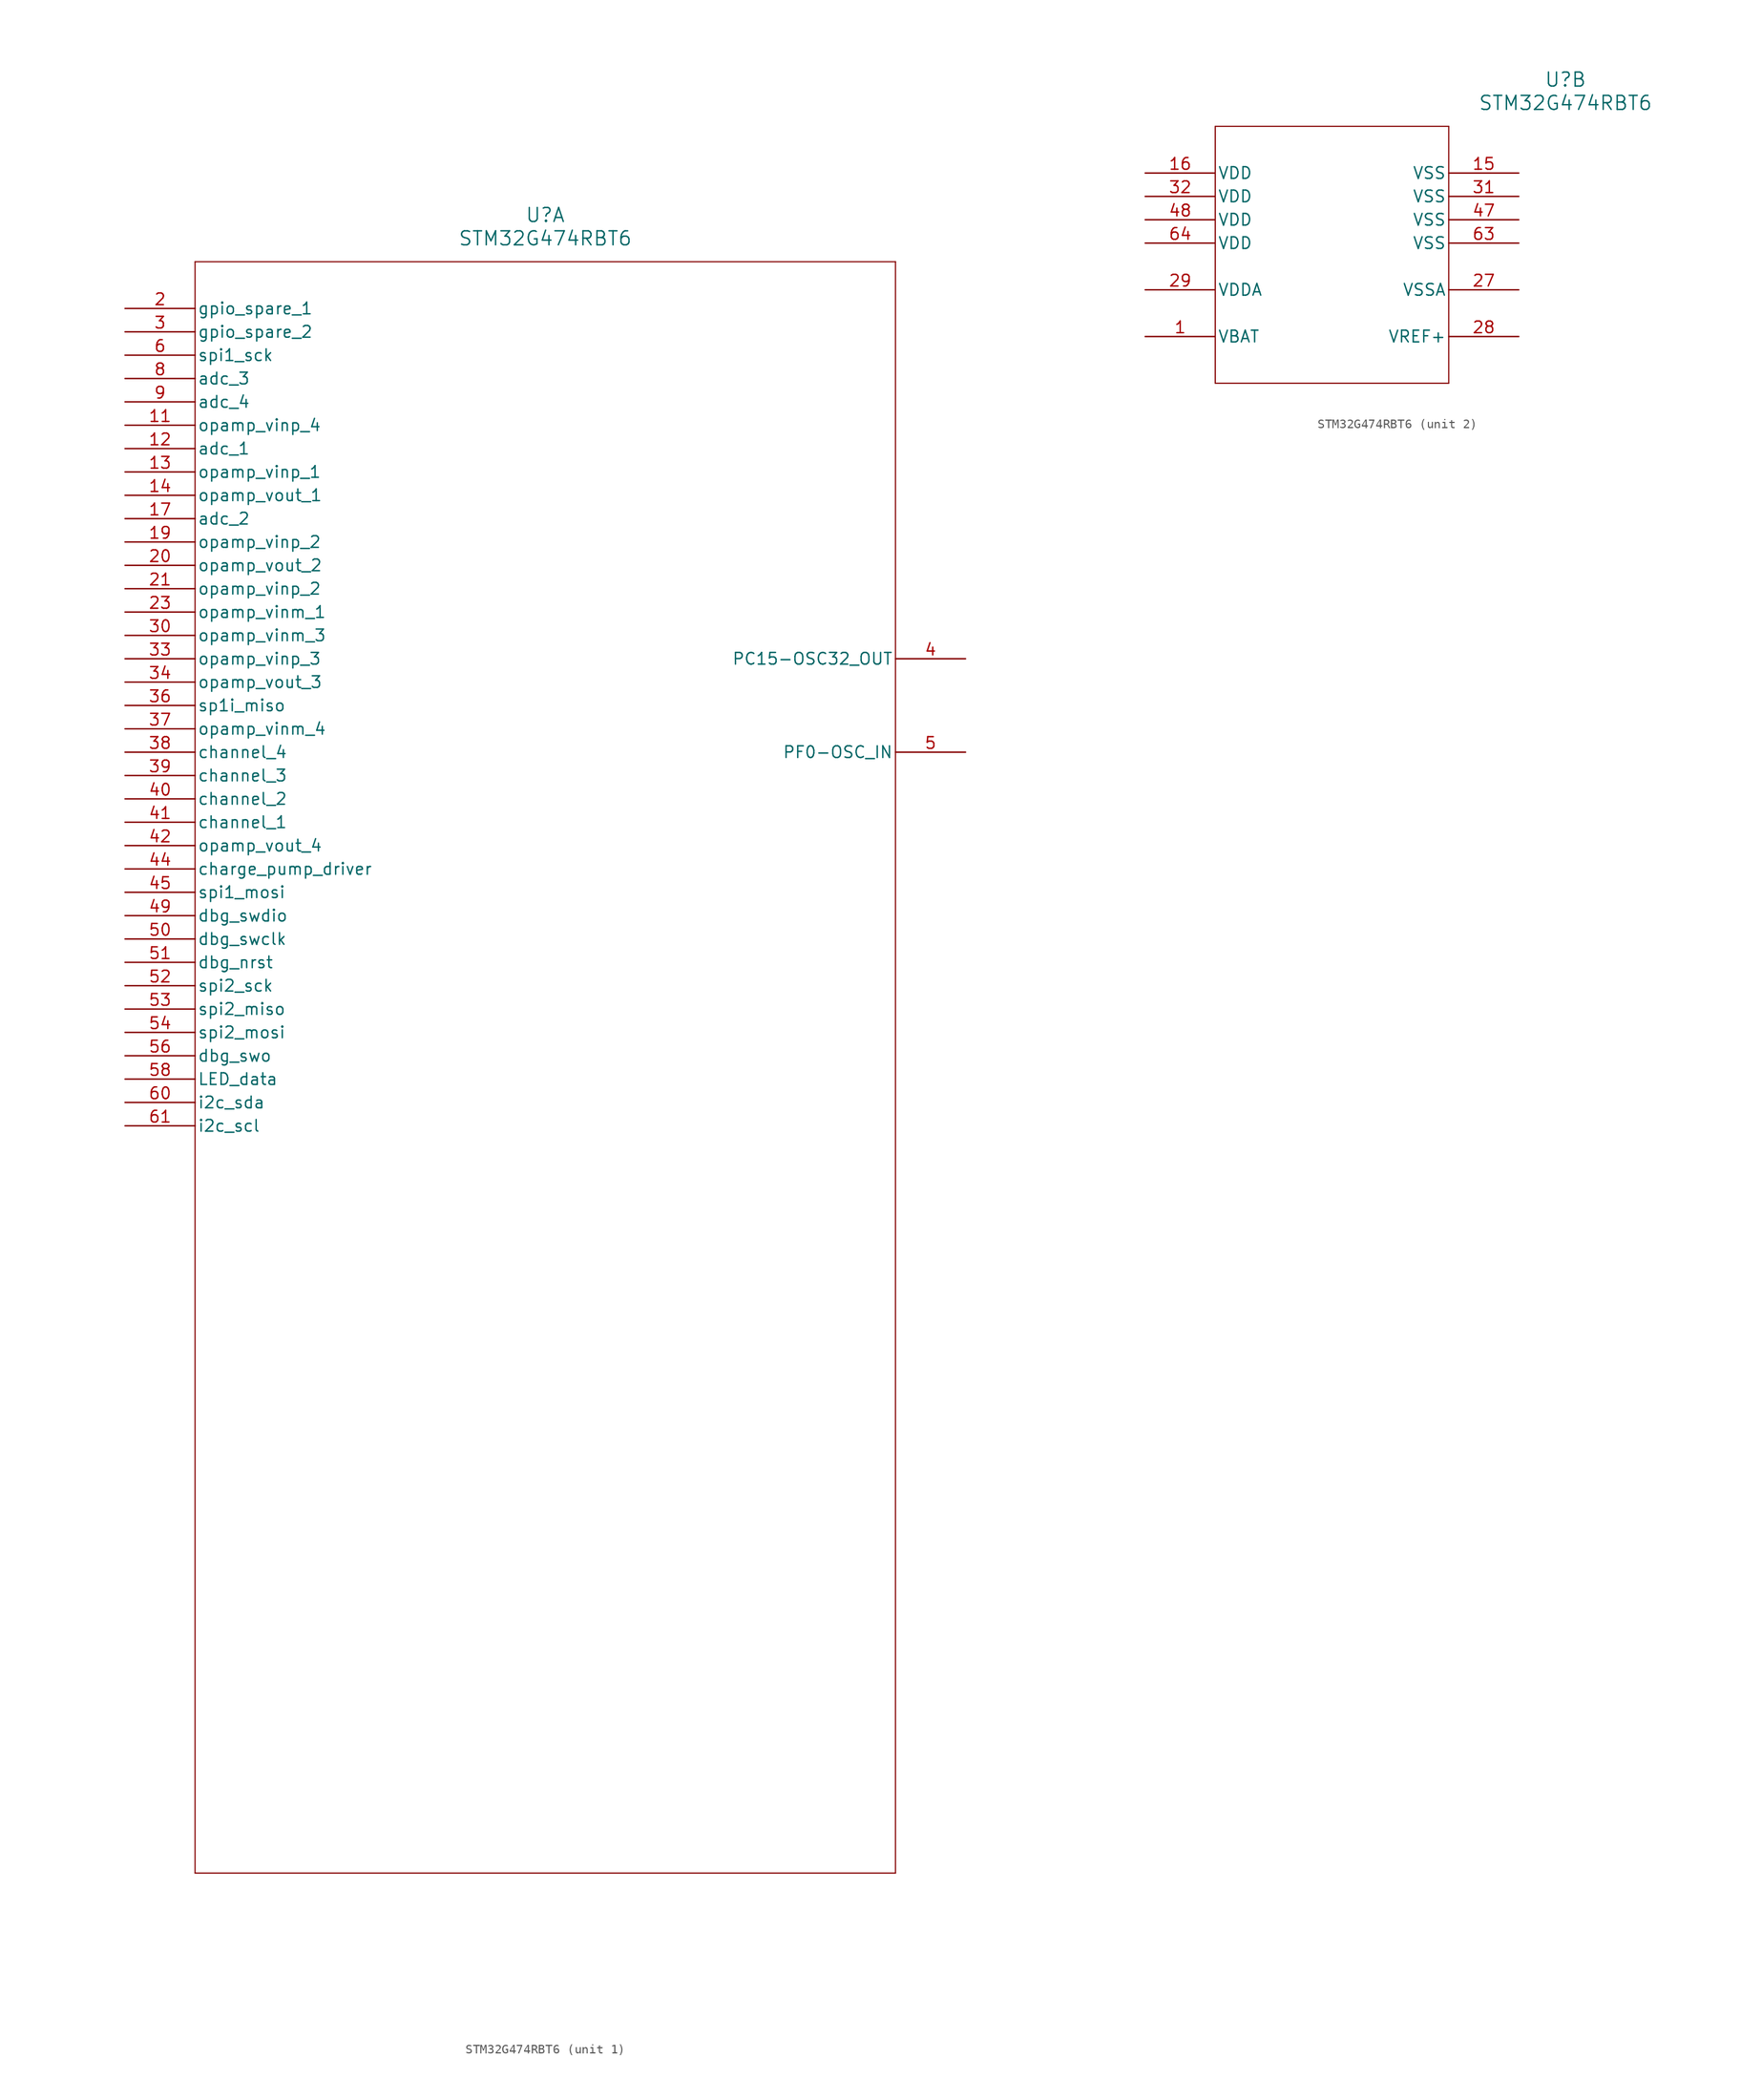
<source format=kicad_sym>
(kicad_symbol_lib
  (version 20241209)
  (generator "kicad_symbol_editor")
  (generator_version "9.0")
  (symbol "STM32G474RBT6"
    (pin_names
      (offset 0.254))
    (property "Reference" "U"
      (at 45.72 10.16 0)
      (effects (font (size 1.524 1.524))))
    (property "Value" "STM32G474RBT6"
      (at 45.72 7.62 0)
      (effects (font (size 1.524 1.524))))
    (property "ki_locked" ""
      (at 0 0 0)
      (effects (font (size 1.27 1.27))))
    (symbol "STM32G474RBT6_1_1"
      (polyline (pts (xy 7.62 5.08) (xy 7.62 -170.18)) (stroke (width 0.127) (type default)) (fill (type none)))
      (polyline (pts (xy 7.62 -170.18) (xy 83.82 -170.18)) (stroke (width 0.127) (type default)) (fill (type none)))
      (polyline (pts (xy 83.82 5.08) (xy 7.62 5.08)) (stroke (width 0.127) (type default)) (fill (type none)))
      (polyline (pts (xy 83.82 -170.18) (xy 83.82 5.08)) (stroke (width 0.127) (type default)) (fill (type none)))
      (pin bidirectional line (at 0 0 0) (length 7.62) (name "gpio_spare_1" (effects (font (size 1.27 1.27)))) (number "2" (effects (font (size 1.27 1.27)))))
      (pin bidirectional line (at 0 -2.54 0) (length 7.62) (name "gpio_spare_2" (effects (font (size 1.27 1.27)))) (number "3" (effects (font (size 1.27 1.27)))))
      (pin output line (at 0 -5.08 0) (length 7.62) (name "spi1_sck" (effects (font (size 1.27 1.27)))) (number "6" (effects (font (size 1.27 1.27)))))
      (pin input line (at 0 -7.62 0) (length 7.62) (name "adc_3" (effects (font (size 1.27 1.27)))) (number "8" (effects (font (size 1.27 1.27)))))
      (pin input line (at 0 -10.16 0) (length 7.62) (name "adc_4" (effects (font (size 1.27 1.27)))) (number "9" (effects (font (size 1.27 1.27)))))
      (pin input line (at 0 -12.7 0) (length 7.62) (name "opamp_vinp_4" (effects (font (size 1.27 1.27)))) (number "11" (effects (font (size 1.27 1.27)))))
      (pin input line (at 0 -15.24 0) (length 7.62) (name "adc_1" (effects (font (size 1.27 1.27)))) (number "12" (effects (font (size 1.27 1.27)))))
      (pin input line (at 0 -17.78 0) (length 7.62) (name "opamp_vinp_1" (effects (font (size 1.27 1.27)))) (number "13" (effects (font (size 1.27 1.27)))))
      (pin output line (at 0 -20.32 0) (length 7.62) (name "opamp_vout_1" (effects (font (size 1.27 1.27)))) (number "14" (effects (font (size 1.27 1.27)))))
      (pin input line (at 0 -22.86 0) (length 7.62) (name "adc_2" (effects (font (size 1.27 1.27)))) (number "17" (effects (font (size 1.27 1.27)))))
      (pin input line (at 0 -25.4 0) (length 7.62) (name "opamp_vinp_2" (effects (font (size 1.27 1.27)))) (number "19" (effects (font (size 1.27 1.27)))))
      (pin output line (at 0 -27.94 0) (length 7.62) (name "opamp_vout_2" (effects (font (size 1.27 1.27)))) (number "20" (effects (font (size 1.27 1.27)))))
      (pin input line (at 0 -30.48 0) (length 7.62) (name "opamp_vinp_2" (effects (font (size 1.27 1.27)))) (number "21" (effects (font (size 1.27 1.27)))))
      (pin input line (at 0 -33.02 0) (length 7.62) (name "opamp_vinm_1" (effects (font (size 1.27 1.27)))) (number "23" (effects (font (size 1.27 1.27)))))
      (pin input line (at 0 -35.56 0) (length 7.62) (name "opamp_vinm_3" (effects (font (size 1.27 1.27)))) (number "30" (effects (font (size 1.27 1.27)))))
      (pin input line (at 0 -38.1 0) (length 7.62) (name "opamp_vinp_3" (effects (font (size 1.27 1.27)))) (number "33" (effects (font (size 1.27 1.27)))))
      (pin output line (at 0 -40.64 0) (length 7.62) (name "opamp_vout_3" (effects (font (size 1.27 1.27)))) (number "34" (effects (font (size 1.27 1.27)))))
      (pin input line (at 0 -43.18 0) (length 7.62) (name "sp1i_miso" (effects (font (size 1.27 1.27)))) (number "36" (effects (font (size 1.27 1.27)))))
      (pin input line (at 0 -45.72 0) (length 7.62) (name "opamp_vinm_4" (effects (font (size 1.27 1.27)))) (number "37" (effects (font (size 1.27 1.27)))))
      (pin output line (at 0 -48.26 0) (length 7.62) (name "channel_4" (effects (font (size 1.27 1.27)))) (number "38" (effects (font (size 1.27 1.27)))))
      (pin output line (at 0 -50.8 0) (length 7.62) (name "channel_3" (effects (font (size 1.27 1.27)))) (number "39" (effects (font (size 1.27 1.27)))))
      (pin output line (at 0 -53.34 0) (length 7.62) (name "channel_2" (effects (font (size 1.27 1.27)))) (number "40" (effects (font (size 1.27 1.27)))))
      (pin output line (at 0 -55.88 0) (length 7.62) (name "channel_1" (effects (font (size 1.27 1.27)))) (number "41" (effects (font (size 1.27 1.27)))))
      (pin output line (at 0 -58.42 0) (length 7.62) (name "opamp_vout_4" (effects (font (size 1.27 1.27)))) (number "42" (effects (font (size 1.27 1.27)))))
      (pin output line (at 0 -60.96 0) (length 7.62) (name "charge_pump_driver" (effects (font (size 1.27 1.27)))) (number "44" (effects (font (size 1.27 1.27)))))
      (pin output line (at 0 -63.5 0) (length 7.62) (name "spi1_mosi" (effects (font (size 1.27 1.27)))) (number "45" (effects (font (size 1.27 1.27)))))
      (pin bidirectional line (at 0 -66.04 0) (length 7.62) (name "dbg_swdio" (effects (font (size 1.27 1.27)))) (number "49" (effects (font (size 1.27 1.27)))))
      (pin input line (at 0 -68.58 0) (length 7.62) (name "dbg_swclk" (effects (font (size 1.27 1.27)))) (number "50" (effects (font (size 1.27 1.27)))))
      (pin input line (at 0 -71.12 0) (length 7.62) (name "dbg_nrst" (effects (font (size 1.27 1.27)))) (number "51" (effects (font (size 1.27 1.27)))))
      (pin output line (at 0 -73.66 0) (length 7.62) (name "spi2_sck" (effects (font (size 1.27 1.27)))) (number "52" (effects (font (size 1.27 1.27)))))
      (pin input line (at 0 -76.2 0) (length 7.62) (name "spi2_miso" (effects (font (size 1.27 1.27)))) (number "53" (effects (font (size 1.27 1.27)))))
      (pin output line (at 0 -78.74 0) (length 7.62) (name "spi2_mosi" (effects (font (size 1.27 1.27)))) (number "54" (effects (font (size 1.27 1.27)))))
      (pin output line (at 0 -81.28 0) (length 7.62) (name "dbg_swo" (effects (font (size 1.27 1.27)))) (number "56" (effects (font (size 1.27 1.27)))))
      (pin output line (at 0 -83.82 0) (length 7.62) (name "LED_data" (effects (font (size 1.27 1.27)))) (number "58" (effects (font (size 1.27 1.27)))))
      (pin bidirectional line (at 0 -86.36 0) (length 7.62) (name "i2c_sda" (effects (font (size 1.27 1.27)))) (number "60" (effects (font (size 1.27 1.27)))))
      (pin output line (at 0 -88.9 0) (length 7.62) (name "i2c_scl" (effects (font (size 1.27 1.27)))) (number "61" (effects (font (size 1.27 1.27)))))
      (pin no_connect line (at 0 -95.25 0) (length 7.62) (hide yes) (name "PA4" (effects (font (size 1.27 1.27)))) (number "18" (effects (font (size 1.27 1.27)))))
      (pin no_connect line (at 0 -107.95 0) (length 7.62) (hide yes) (name "PA9" (effects (font (size 1.27 1.27)))) (number "43" (effects (font (size 1.27 1.27)))))
      (pin no_connect line (at 0 -115.57 0) (length 7.62) (hide yes) (name "PA12" (effects (font (size 1.27 1.27)))) (number "46" (effects (font (size 1.27 1.27)))))
      (pin no_connect line (at 0 -128.27 0) (length 7.62) (hide yes) (name "PB0" (effects (font (size 1.27 1.27)))) (number "24" (effects (font (size 1.27 1.27)))))
      (pin no_connect line (at 0 -130.81 0) (length 7.62) (hide yes) (name "PB1" (effects (font (size 1.27 1.27)))) (number "25" (effects (font (size 1.27 1.27)))))
      (pin no_connect line (at 0 -133.35 0) (length 7.62) (hide yes) (name "PB2" (effects (font (size 1.27 1.27)))) (number "26" (effects (font (size 1.27 1.27)))))
      (pin no_connect line (at 0 -138.43 0) (length 7.62) (hide yes) (name "PB4" (effects (font (size 1.27 1.27)))) (number "57" (effects (font (size 1.27 1.27)))))
      (pin no_connect line (at 0 -143.51 0) (length 7.62) (hide yes) (name "PB6" (effects (font (size 1.27 1.27)))) (number "59" (effects (font (size 1.27 1.27)))))
      (pin no_connect line (at 0 -151.13 0) (length 7.62) (hide yes) (name "PB9" (effects (font (size 1.27 1.27)))) (number "62" (effects (font (size 1.27 1.27)))))
      (pin no_connect line (at 0 -161.29 0) (length 7.62) (hide yes) (name "PB13" (effects (font (size 1.27 1.27)))) (number "35" (effects (font (size 1.27 1.27)))))
      (pin no_connect line (at 91.44 -5.08 180) (length 7.62) (hide yes) (name "PC2" (effects (font (size 1.27 1.27)))) (number "10" (effects (font (size 1.27 1.27)))))
      (pin no_connect line (at 91.44 -10.16 180) (length 7.62) (hide yes) (name "PC4" (effects (font (size 1.27 1.27)))) (number "22" (effects (font (size 1.27 1.27)))))
      (pin bidirectional line (at 91.44 -38.1 180) (length 7.62) (name "PC15-OSC32_OUT" (effects (font (size 1.27 1.27)))) (number "4" (effects (font (size 1.27 1.27)))))
      (pin no_connect line (at 91.44 -43.18 180) (length 7.62) (hide yes) (name "PD2" (effects (font (size 1.27 1.27)))) (number "55" (effects (font (size 1.27 1.27)))))
      (pin bidirectional line (at 91.44 -48.26 180) (length 7.62) (name "PF0-OSC_IN" (effects (font (size 1.27 1.27)))) (number "5" (effects (font (size 1.27 1.27)))))
      (pin no_connect line (at 91.44 -55.88 180) (length 7.62) (hide yes) (name "PG10-NRST" (effects (font (size 1.27 1.27)))) (number "7" (effects (font (size 1.27 1.27))))))
    (symbol "STM32G474RBT6_2_1"
      (polyline (pts (xy 7.62 5.08) (xy 7.62 -22.86)) (stroke (width 0.127) (type default)) (fill (type none)))
      (polyline (pts (xy 7.62 -22.86) (xy 33.02 -22.86)) (stroke (width 0.127) (type default)) (fill (type none)))
      (polyline (pts (xy 33.02 5.08) (xy 7.62 5.08)) (stroke (width 0.127) (type default)) (fill (type none)))
      (polyline (pts (xy 33.02 -22.86) (xy 33.02 5.08)) (stroke (width 0.127) (type default)) (fill (type none)))
      (pin power_in line (at 0 0 0) (length 7.62) (name "VDD" (effects (font (size 1.27 1.27)))) (number "16" (effects (font (size 1.27 1.27)))))
      (pin power_in line (at 0 -2.54 0) (length 7.62) (name "VDD" (effects (font (size 1.27 1.27)))) (number "32" (effects (font (size 1.27 1.27)))))
      (pin power_in line (at 0 -5.08 0) (length 7.62) (name "VDD" (effects (font (size 1.27 1.27)))) (number "48" (effects (font (size 1.27 1.27)))))
      (pin power_in line (at 0 -7.62 0) (length 7.62) (name "VDD" (effects (font (size 1.27 1.27)))) (number "64" (effects (font (size 1.27 1.27)))))
      (pin power_in line (at 0 -12.7 0) (length 7.62) (name "VDDA" (effects (font (size 1.27 1.27)))) (number "29" (effects (font (size 1.27 1.27)))))
      (pin power_in line (at 0 -17.78 0) (length 7.62) (name "VBAT" (effects (font (size 1.27 1.27)))) (number "1" (effects (font (size 1.27 1.27)))))
      (pin power_in line (at 40.64 0 180) (length 7.62) (name "VSS" (effects (font (size 1.27 1.27)))) (number "15" (effects (font (size 1.27 1.27)))))
      (pin power_in line (at 40.64 -2.54 180) (length 7.62) (name "VSS" (effects (font (size 1.27 1.27)))) (number "31" (effects (font (size 1.27 1.27)))))
      (pin power_in line (at 40.64 -5.08 180) (length 7.62) (name "VSS" (effects (font (size 1.27 1.27)))) (number "47" (effects (font (size 1.27 1.27)))))
      (pin power_in line (at 40.64 -7.62 180) (length 7.62) (name "VSS" (effects (font (size 1.27 1.27)))) (number "63" (effects (font (size 1.27 1.27)))))
      (pin power_in line (at 40.64 -12.7 180) (length 7.62) (name "VSSA" (effects (font (size 1.27 1.27)))) (number "27" (effects (font (size 1.27 1.27)))))
      (pin power_in line (at 40.64 -17.78 180) (length 7.62) (name "VREF+" (effects (font (size 1.27 1.27)))) (number "28" (effects (font (size 1.27 1.27))))))))
</source>
